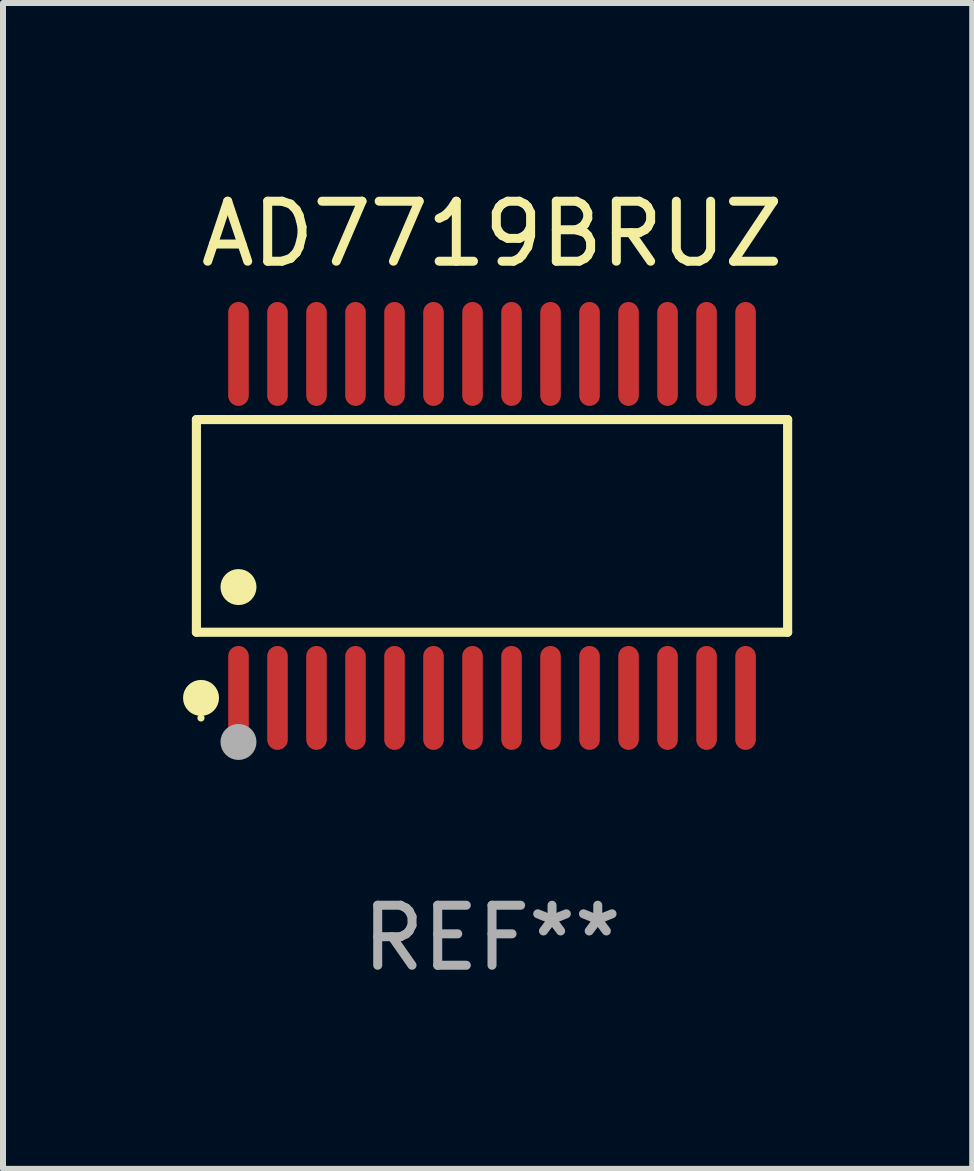
<source format=kicad_pcb>
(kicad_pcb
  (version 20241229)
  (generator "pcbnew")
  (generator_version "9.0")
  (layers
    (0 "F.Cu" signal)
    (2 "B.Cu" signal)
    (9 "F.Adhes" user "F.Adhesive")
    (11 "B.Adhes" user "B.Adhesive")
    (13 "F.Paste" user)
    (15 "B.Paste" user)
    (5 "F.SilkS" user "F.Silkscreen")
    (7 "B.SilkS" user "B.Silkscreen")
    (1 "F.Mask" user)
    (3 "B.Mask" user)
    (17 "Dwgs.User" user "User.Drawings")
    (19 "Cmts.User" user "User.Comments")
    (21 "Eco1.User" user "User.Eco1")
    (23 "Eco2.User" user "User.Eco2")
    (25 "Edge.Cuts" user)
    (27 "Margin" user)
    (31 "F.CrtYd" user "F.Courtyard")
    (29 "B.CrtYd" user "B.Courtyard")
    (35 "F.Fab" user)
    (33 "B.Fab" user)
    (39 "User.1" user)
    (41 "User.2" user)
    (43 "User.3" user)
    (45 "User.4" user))
  (footprint "AD7719BRUZ"
    (layer "F.Cu")
    (at 5.149 5.714)
    (property "Reference" "AD7719BRUZ" (at 0 -4.866 0) (layer "F.SilkS") (effects (font (size 1 1) (thickness 0.15))))
    (attr through_hole)
    (fp_line (start -4.926 -1.772) (end 4.926 -1.772) (stroke (width 0.152) (type solid)) (layer "F.SilkS"))
    (fp_line (start -4.926 1.771) (end -4.926 -1.772) (stroke (width 0.152) (type solid)) (layer "F.SilkS"))
    (fp_line (start 4.926 -1.772) (end 4.926 1.771) (stroke (width 0.152) (type solid)) (layer "F.SilkS"))
    (fp_line (start 4.926 1.771) (end -4.926 1.771) (stroke (width 0.152) (type solid)) (layer "F.SilkS"))
    (fp_circle (center -4.85 3.2) (end -4.82 3.2) (stroke (width 0.06) (type solid)) (fill no) (layer "F.SilkS"))
    (fp_circle (center -4.849 2.866) (end -4.699 2.866) (stroke (width 0.3) (type solid)) (fill no) (layer "F.SilkS"))
    (fp_circle (center -4.225 1.019) (end -4.075 1.019) (stroke (width 0.3) (type solid)) (fill no) (layer "F.SilkS"))
    (fp_circle (center -4.225 3.6) (end -4.075 3.6) (stroke (width 0.3) (type solid)) (fill no) (layer "F.Fab"))
    (fp_text user "REF**" (at 0 6.866 0) (layer "F.Fab") (effects (font (size 1 1) (thickness 0.15))))
    (pad "1" smd oval (at -4.225 2.866) (size 0.343 1.731) (layers "F.Cu" "F.Mask" "F.Paste"))
    (pad "2" smd oval (at -3.575 2.866) (size 0.343 1.731) (layers "F.Cu" "F.Mask" "F.Paste"))
    (pad "3" smd oval (at -2.925 2.866) (size 0.343 1.731) (layers "F.Cu" "F.Mask" "F.Paste"))
    (pad "4" smd oval (at -2.275 2.866) (size 0.343 1.731) (layers "F.Cu" "F.Mask" "F.Paste"))
    (pad "5" smd oval (at -1.625 2.866) (size 0.343 1.731) (layers "F.Cu" "F.Mask" "F.Paste"))
    (pad "6" smd oval (at -0.975 2.866) (size 0.343 1.731) (layers "F.Cu" "F.Mask" "F.Paste"))
    (pad "7" smd oval (at -0.325 2.866) (size 0.343 1.731) (layers "F.Cu" "F.Mask" "F.Paste"))
    (pad "8" smd oval (at 0.325 2.866) (size 0.343 1.731) (layers "F.Cu" "F.Mask" "F.Paste"))
    (pad "9" smd oval (at 0.975 2.866) (size 0.343 1.731) (layers "F.Cu" "F.Mask" "F.Paste"))
    (pad "10" smd oval (at 1.625 2.866) (size 0.343 1.731) (layers "F.Cu" "F.Mask" "F.Paste"))
    (pad "11" smd oval (at 2.275 2.866) (size 0.343 1.731) (layers "F.Cu" "F.Mask" "F.Paste"))
    (pad "12" smd oval (at 2.925 2.866) (size 0.343 1.731) (layers "F.Cu" "F.Mask" "F.Paste"))
    (pad "13" smd oval (at 3.575 2.866) (size 0.343 1.731) (layers "F.Cu" "F.Mask" "F.Paste"))
    (pad "14" smd oval (at 4.225 2.866) (size 0.343 1.731) (layers "F.Cu" "F.Mask" "F.Paste"))
    (pad "15" smd oval (at 4.225 -2.866) (size 0.343 1.731) (layers "F.Cu" "F.Mask" "F.Paste"))
    (pad "16" smd oval (at 3.575 -2.866) (size 0.343 1.731) (layers "F.Cu" "F.Mask" "F.Paste"))
    (pad "17" smd oval (at 2.925 -2.866) (size 0.343 1.731) (layers "F.Cu" "F.Mask" "F.Paste"))
    (pad "18" smd oval (at 2.275 -2.866) (size 0.343 1.731) (layers "F.Cu" "F.Mask" "F.Paste"))
    (pad "19" smd oval (at 1.625 -2.866) (size 0.343 1.731) (layers "F.Cu" "F.Mask" "F.Paste"))
    (pad "20" smd oval (at 0.975 -2.866) (size 0.343 1.731) (layers "F.Cu" "F.Mask" "F.Paste"))
    (pad "21" smd oval (at 0.325 -2.866) (size 0.343 1.731) (layers "F.Cu" "F.Mask" "F.Paste"))
    (pad "22" smd oval (at -0.325 -2.866) (size 0.343 1.731) (layers "F.Cu" "F.Mask" "F.Paste"))
    (pad "23" smd oval (at -0.975 -2.866) (size 0.343 1.731) (layers "F.Cu" "F.Mask" "F.Paste"))
    (pad "24" smd oval (at -1.625 -2.866) (size 0.343 1.731) (layers "F.Cu" "F.Mask" "F.Paste"))
    (pad "25" smd oval (at -2.275 -2.866) (size 0.343 1.731) (layers "F.Cu" "F.Mask" "F.Paste"))
    (pad "26" smd oval (at -2.925 -2.866) (size 0.343 1.731) (layers "F.Cu" "F.Mask" "F.Paste"))
    (pad "27" smd oval (at -3.575 -2.866) (size 0.343 1.731) (layers "F.Cu" "F.Mask" "F.Paste"))
    (pad "28" smd oval (at -4.225 -2.866) (size 0.343 1.731) (layers "F.Cu" "F.Mask" "F.Paste")))
  (gr_rect
    (start -3 -3)
    (end 13.151 16.428)
    (stroke (width 0.1) (type default))
    (fill no)
    (layer "Edge.Cuts")))
</source>
